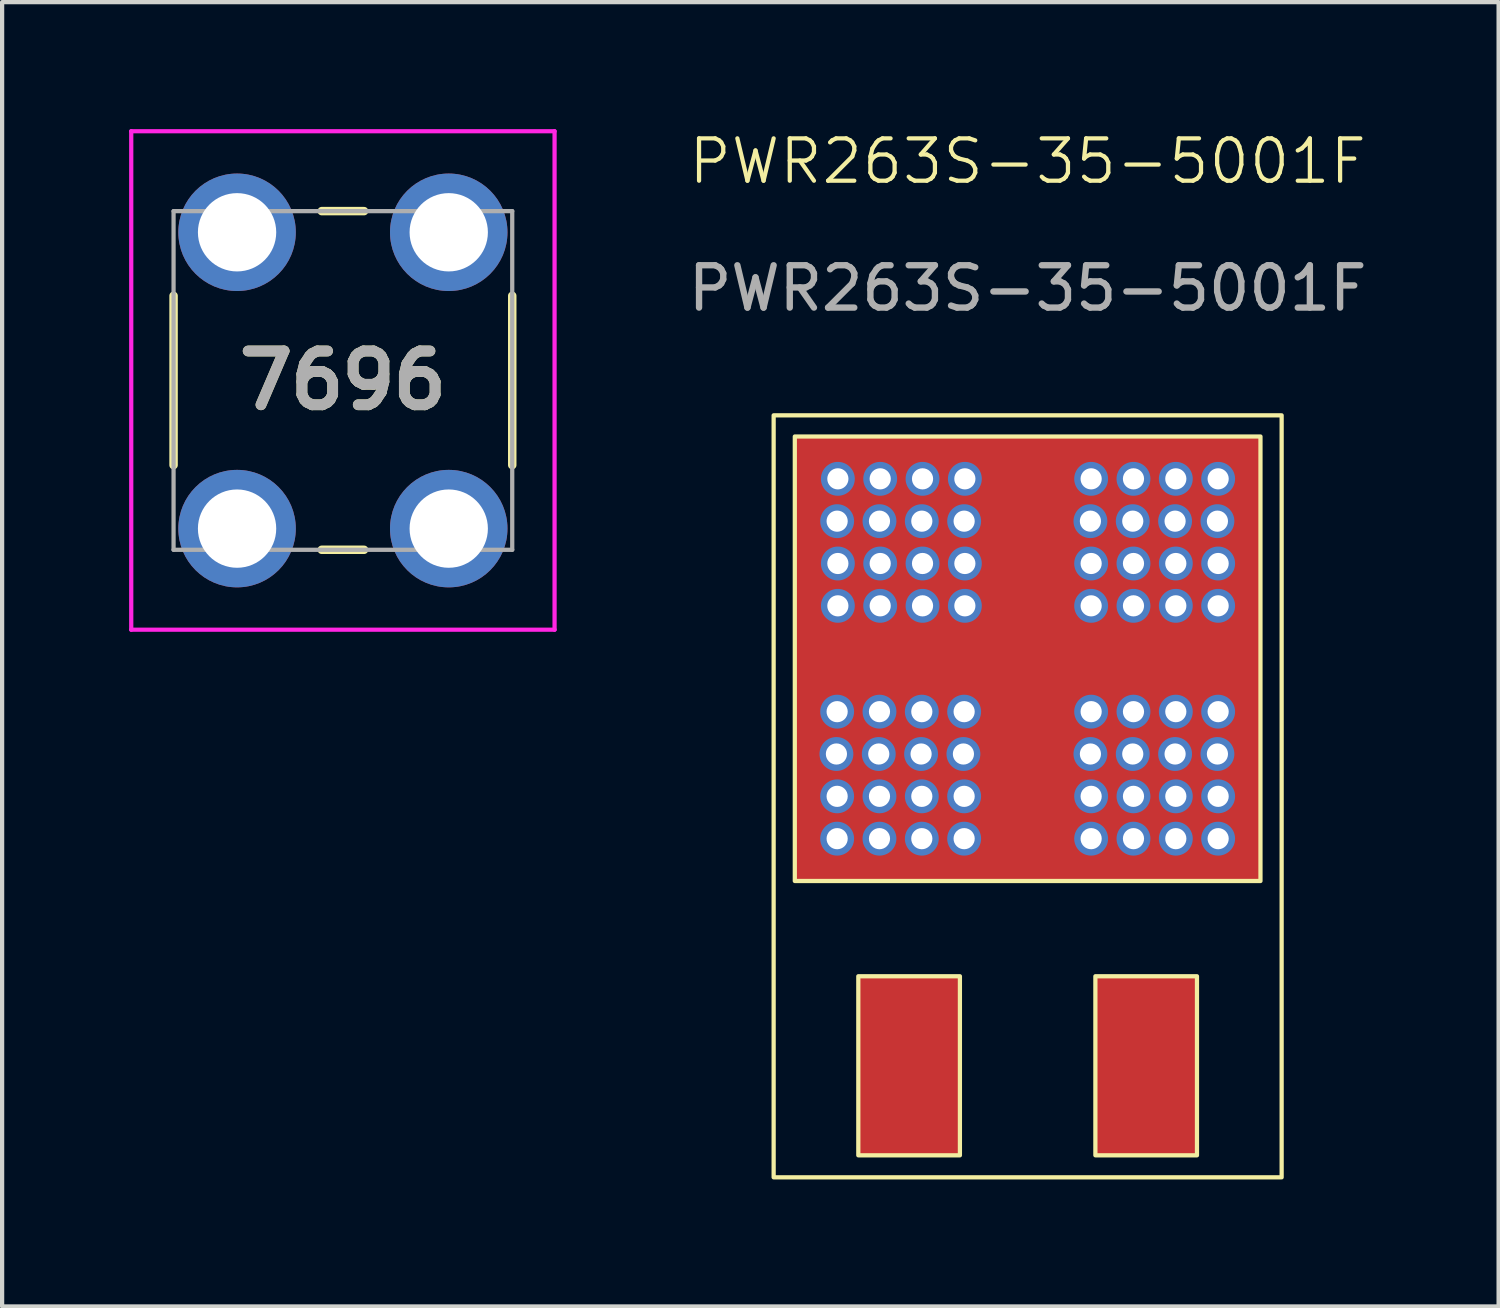
<source format=kicad_pcb>
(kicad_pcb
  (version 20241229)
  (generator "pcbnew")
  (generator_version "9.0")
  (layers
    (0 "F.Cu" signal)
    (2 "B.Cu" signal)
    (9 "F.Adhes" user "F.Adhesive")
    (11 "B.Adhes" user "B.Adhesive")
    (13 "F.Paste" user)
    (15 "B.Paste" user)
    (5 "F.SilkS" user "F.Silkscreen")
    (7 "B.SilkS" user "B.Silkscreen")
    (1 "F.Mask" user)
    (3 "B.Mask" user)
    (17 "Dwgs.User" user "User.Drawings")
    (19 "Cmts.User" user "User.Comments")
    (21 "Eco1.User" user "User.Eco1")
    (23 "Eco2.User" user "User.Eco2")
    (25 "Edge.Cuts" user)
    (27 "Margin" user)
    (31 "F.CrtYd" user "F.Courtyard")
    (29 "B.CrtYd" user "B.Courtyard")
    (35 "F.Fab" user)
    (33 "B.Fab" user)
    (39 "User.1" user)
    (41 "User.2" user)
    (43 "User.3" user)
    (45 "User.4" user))
  (footprint "PWR263S-35-5001F"
    (layer "F.Cu")
    (at 21.225 17.761)
    (property "Reference" "PWR263S-35-5001F" (at 0 -17 0) (unlocked yes) (layer "F.SilkS") (effects (font (size 1 1) (thickness 0.1))))
    (attr smd)
    (fp_rect (start -4 2.25) (end -1.6 6.48) (stroke (width 0.1) (type default)) (fill no) (layer "F.SilkS"))
    (fp_rect (start 1.6 2.25) (end 4 6.48) (stroke (width 0.1) (type default)) (fill no) (layer "F.SilkS"))
    (fp_rect (start 5.5 0) (end -5.5 -10.5) (stroke (width 0.1) (type default)) (fill no) (layer "F.SilkS"))
    (fp_rect (start 6 -11) (end -6 7) (stroke (width 0.1) (type default)) (fill no) (layer "F.SilkS"))
    (fp_text user "${REFERENCE}" (at 0 -14 0) (unlocked yes) (layer "F.Fab") (effects (font (size 1 1) (thickness 0.15))))
    (pad "1" smd rect (at -2.81 4.36) (size 2.4 4.23) (layers "F.Cu" "F.Mask" "F.Paste"))
    (pad "2" smd rect (at 2.79 4.35) (size 2.4 4.23) (layers "F.Cu" "F.Mask" "F.Paste"))
    (pad "3" smd rect (at 0.015 -5.26) (size 10.97 10.46) (layers "F.Cu" "F.Mask" "F.Paste"))
    (pad "4" thru_hole circle (at -4.517 -3) (size 0.8 0.8) (drill 0.5) (layers "*.Cu" "*.Mask"))
    (pad "4" thru_hole circle (at -4.5 -8.5) (size 0.8 0.8) (drill 0.5) (layers "*.Cu" "*.Mask"))
    (pad "4" thru_hole circle (at -4.5 -4) (size 0.8 0.8) (drill 0.5) (layers "*.Cu" "*.Mask"))
    (pad "4" thru_hole circle (at -4.5 -2) (size 0.8 0.8) (drill 0.5) (layers "*.Cu" "*.Mask"))
    (pad "4" thru_hole circle (at -4.5 -1) (size 0.8 0.8) (drill 0.5) (layers "*.Cu" "*.Mask"))
    (pad "4" thru_hole circle (at -4.483 -9.5) (size 0.8 0.8) (drill 0.5) (layers "*.Cu" "*.Mask"))
    (pad "4" thru_hole circle (at -4.483 -7.5) (size 0.8 0.8) (drill 0.5) (layers "*.Cu" "*.Mask"))
    (pad "4" thru_hole circle (at -4.483 -6.5) (size 0.8 0.8) (drill 0.5) (layers "*.Cu" "*.Mask"))
    (pad "4" thru_hole circle (at -3.517 -3) (size 0.8 0.8) (drill 0.5) (layers "*.Cu" "*.Mask"))
    (pad "4" thru_hole circle (at -3.5 -8.5) (size 0.8 0.8) (drill 0.5) (layers "*.Cu" "*.Mask"))
    (pad "4" thru_hole circle (at -3.5 -4) (size 0.8 0.8) (drill 0.5) (layers "*.Cu" "*.Mask"))
    (pad "4" thru_hole circle (at -3.5 -2) (size 0.8 0.8) (drill 0.5) (layers "*.Cu" "*.Mask"))
    (pad "4" thru_hole circle (at -3.5 -1) (size 0.8 0.8) (drill 0.5) (layers "*.Cu" "*.Mask"))
    (pad "4" thru_hole circle (at -3.483 -9.5) (size 0.8 0.8) (drill 0.5) (layers "*.Cu" "*.Mask"))
    (pad "4" thru_hole circle (at -3.483 -7.5) (size 0.8 0.8) (drill 0.5) (layers "*.Cu" "*.Mask"))
    (pad "4" thru_hole circle (at -3.483 -6.5) (size 0.8 0.8) (drill 0.5) (layers "*.Cu" "*.Mask"))
    (pad "4" thru_hole circle (at -2.517 -3) (size 0.8 0.8) (drill 0.5) (layers "*.Cu" "*.Mask"))
    (pad "4" thru_hole circle (at -2.5 -8.5) (size 0.8 0.8) (drill 0.5) (layers "*.Cu" "*.Mask"))
    (pad "4" thru_hole circle (at -2.5 -4) (size 0.8 0.8) (drill 0.5) (layers "*.Cu" "*.Mask"))
    (pad "4" thru_hole circle (at -2.5 -2) (size 0.8 0.8) (drill 0.5) (layers "*.Cu" "*.Mask"))
    (pad "4" thru_hole circle (at -2.5 -1) (size 0.8 0.8) (drill 0.5) (layers "*.Cu" "*.Mask"))
    (pad "4" thru_hole circle (at -2.483 -9.5) (size 0.8 0.8) (drill 0.5) (layers "*.Cu" "*.Mask"))
    (pad "4" thru_hole circle (at -2.483 -7.5) (size 0.8 0.8) (drill 0.5) (layers "*.Cu" "*.Mask"))
    (pad "4" thru_hole circle (at -2.483 -6.5) (size 0.8 0.8) (drill 0.5) (layers "*.Cu" "*.Mask"))
    (pad "4" thru_hole circle (at -1.517 -3) (size 0.8 0.8) (drill 0.5) (layers "*.Cu" "*.Mask"))
    (pad "4" thru_hole circle (at -1.5 -8.5) (size 0.8 0.8) (drill 0.5) (layers "*.Cu" "*.Mask"))
    (pad "4" thru_hole circle (at -1.5 -4) (size 0.8 0.8) (drill 0.5) (layers "*.Cu" "*.Mask"))
    (pad "4" thru_hole circle (at -1.5 -2) (size 0.8 0.8) (drill 0.5) (layers "*.Cu" "*.Mask"))
    (pad "4" thru_hole circle (at -1.5 -1) (size 0.8 0.8) (drill 0.5) (layers "*.Cu" "*.Mask"))
    (pad "4" thru_hole circle (at -1.483 -9.5) (size 0.8 0.8) (drill 0.5) (layers "*.Cu" "*.Mask"))
    (pad "4" thru_hole circle (at -1.483 -7.5) (size 0.8 0.8) (drill 0.5) (layers "*.Cu" "*.Mask"))
    (pad "4" thru_hole circle (at -1.483 -6.5) (size 0.8 0.8) (drill 0.5) (layers "*.Cu" "*.Mask"))
    (pad "4" thru_hole circle (at 1.483 -8.5) (size 0.8 0.8) (drill 0.5) (layers "*.Cu" "*.Mask"))
    (pad "4" thru_hole circle (at 1.483 -3) (size 0.8 0.8) (drill 0.5) (layers "*.Cu" "*.Mask"))
    (pad "4" thru_hole circle (at 1.5 -9.5) (size 0.8 0.8) (drill 0.5) (layers "*.Cu" "*.Mask"))
    (pad "4" thru_hole circle (at 1.5 -7.5) (size 0.8 0.8) (drill 0.5) (layers "*.Cu" "*.Mask"))
    (pad "4" thru_hole circle (at 1.5 -6.5) (size 0.8 0.8) (drill 0.5) (layers "*.Cu" "*.Mask"))
    (pad "4" thru_hole circle (at 1.5 -4) (size 0.8 0.8) (drill 0.5) (layers "*.Cu" "*.Mask"))
    (pad "4" thru_hole circle (at 1.5 -2) (size 0.8 0.8) (drill 0.5) (layers "*.Cu" "*.Mask"))
    (pad "4" thru_hole circle (at 1.5 -1) (size 0.8 0.8) (drill 0.5) (layers "*.Cu" "*.Mask"))
    (pad "4" thru_hole circle (at 2.483 -8.5) (size 0.8 0.8) (drill 0.5) (layers "*.Cu" "*.Mask"))
    (pad "4" thru_hole circle (at 2.483 -3) (size 0.8 0.8) (drill 0.5) (layers "*.Cu" "*.Mask"))
    (pad "4" thru_hole circle (at 2.5 -9.5) (size 0.8 0.8) (drill 0.5) (layers "*.Cu" "*.Mask"))
    (pad "4" thru_hole circle (at 2.5 -7.5) (size 0.8 0.8) (drill 0.5) (layers "*.Cu" "*.Mask"))
    (pad "4" thru_hole circle (at 2.5 -6.5) (size 0.8 0.8) (drill 0.5) (layers "*.Cu" "*.Mask"))
    (pad "4" thru_hole circle (at 2.5 -4) (size 0.8 0.8) (drill 0.5) (layers "*.Cu" "*.Mask"))
    (pad "4" thru_hole circle (at 2.5 -2) (size 0.8 0.8) (drill 0.5) (layers "*.Cu" "*.Mask"))
    (pad "4" thru_hole circle (at 2.5 -1) (size 0.8 0.8) (drill 0.5) (layers "*.Cu" "*.Mask"))
    (pad "4" thru_hole circle (at 3.483 -8.5) (size 0.8 0.8) (drill 0.5) (layers "*.Cu" "*.Mask"))
    (pad "4" thru_hole circle (at 3.483 -3) (size 0.8 0.8) (drill 0.5) (layers "*.Cu" "*.Mask"))
    (pad "4" thru_hole circle (at 3.5 -9.5) (size 0.8 0.8) (drill 0.5) (layers "*.Cu" "*.Mask"))
    (pad "4" thru_hole circle (at 3.5 -7.5) (size 0.8 0.8) (drill 0.5) (layers "*.Cu" "*.Mask"))
    (pad "4" thru_hole circle (at 3.5 -6.5) (size 0.8 0.8) (drill 0.5) (layers "*.Cu" "*.Mask"))
    (pad "4" thru_hole circle (at 3.5 -4) (size 0.8 0.8) (drill 0.5) (layers "*.Cu" "*.Mask"))
    (pad "4" thru_hole circle (at 3.5 -2) (size 0.8 0.8) (drill 0.5) (layers "*.Cu" "*.Mask"))
    (pad "4" thru_hole circle (at 3.5 -1) (size 0.8 0.8) (drill 0.5) (layers "*.Cu" "*.Mask"))
    (pad "4" thru_hole circle (at 4.483 -8.5) (size 0.8 0.8) (drill 0.5) (layers "*.Cu" "*.Mask"))
    (pad "4" thru_hole circle (at 4.483 -3) (size 0.8 0.8) (drill 0.5) (layers "*.Cu" "*.Mask"))
    (pad "4" thru_hole circle (at 4.5 -9.5) (size 0.8 0.8) (drill 0.5) (layers "*.Cu" "*.Mask"))
    (pad "4" thru_hole circle (at 4.5 -7.5) (size 0.8 0.8) (drill 0.5) (layers "*.Cu" "*.Mask"))
    (pad "4" thru_hole circle (at 4.5 -6.5) (size 0.8 0.8) (drill 0.5) (layers "*.Cu" "*.Mask"))
    (pad "4" thru_hole circle (at 4.5 -4) (size 0.8 0.8) (drill 0.5) (layers "*.Cu" "*.Mask"))
    (pad "4" thru_hole circle (at 4.5 -2) (size 0.8 0.8) (drill 0.5) (layers "*.Cu" "*.Mask"))
    (pad "4" thru_hole circle (at 4.5 -1) (size 0.8 0.8) (drill 0.5) (layers "*.Cu" "*.Mask")))
  (footprint "7696"
    (layer "F.Cu")
    (at 2.55 9.437)
    (property "Reference" "7696" (at 2.5 -3.5 0) (layer "F.SilkS") (effects (font (size 1.27 1.27) (thickness 0.254))))
    (attr through_hole)
    (fp_line (start -1.5 -1.5) (end -1.5 -5.5) (stroke (width 0.2) (type solid)) (layer "F.SilkS"))
    (fp_line (start 2 -7.5) (end 3 -7.5) (stroke (width 0.2) (type solid)) (layer "F.SilkS"))
    (fp_line (start 2 0.5) (end 3 0.5) (stroke (width 0.2) (type solid)) (layer "F.SilkS"))
    (fp_line (start 6.5 -5.5) (end 6.5 -1.5) (stroke (width 0.2) (type solid)) (layer "F.SilkS"))
    (fp_line (start -2.5 -9.387) (end 7.5 -9.387) (stroke (width 0.1) (type solid)) (layer "F.CrtYd"))
    (fp_line (start -2.5 2.388) (end -2.5 -9.387) (stroke (width 0.1) (type solid)) (layer "F.CrtYd"))
    (fp_line (start 7.5 -9.387) (end 7.5 2.388) (stroke (width 0.1) (type solid)) (layer "F.CrtYd"))
    (fp_line (start 7.5 2.388) (end -2.5 2.388) (stroke (width 0.1) (type solid)) (layer "F.CrtYd"))
    (fp_line (start -1.5 -7.5) (end 6.5 -7.5) (stroke (width 0.1) (type solid)) (layer "F.Fab"))
    (fp_line (start -1.5 0.5) (end -1.5 -7.5) (stroke (width 0.1) (type solid)) (layer "F.Fab"))
    (fp_line (start 6.5 -7.5) (end 6.5 0.5) (stroke (width 0.1) (type solid)) (layer "F.Fab"))
    (fp_line (start 6.5 0.5) (end -1.5 0.5) (stroke (width 0.1) (type solid)) (layer "F.Fab"))
    (fp_text user "${REFERENCE}" (at 2.5 -3.5 0) (layer "F.Fab") (effects (font (size 1.27 1.27) (thickness 0.254))))
    (pad "1" thru_hole circle (at 0 0) (size 2.775 2.775) (drill 1.85) (layers "*.Cu" "*.Mask"))
    (pad "2" thru_hole circle (at 0 -7) (size 2.775 2.775) (drill 1.85) (layers "*.Cu" "*.Mask"))
    (pad "3" thru_hole circle (at 5 0) (size 2.775 2.775) (drill 1.85) (layers "*.Cu" "*.Mask"))
    (pad "4" thru_hole circle (at 5 -7) (size 2.775 2.775) (drill 1.85) (layers "*.Cu" "*.Mask")))
  (gr_rect
    (start -3 -3)
    (end 32.35 27.811)
    (stroke (width 0.1) (type default))
    (fill no)
    (layer "Edge.Cuts")))
</source>
